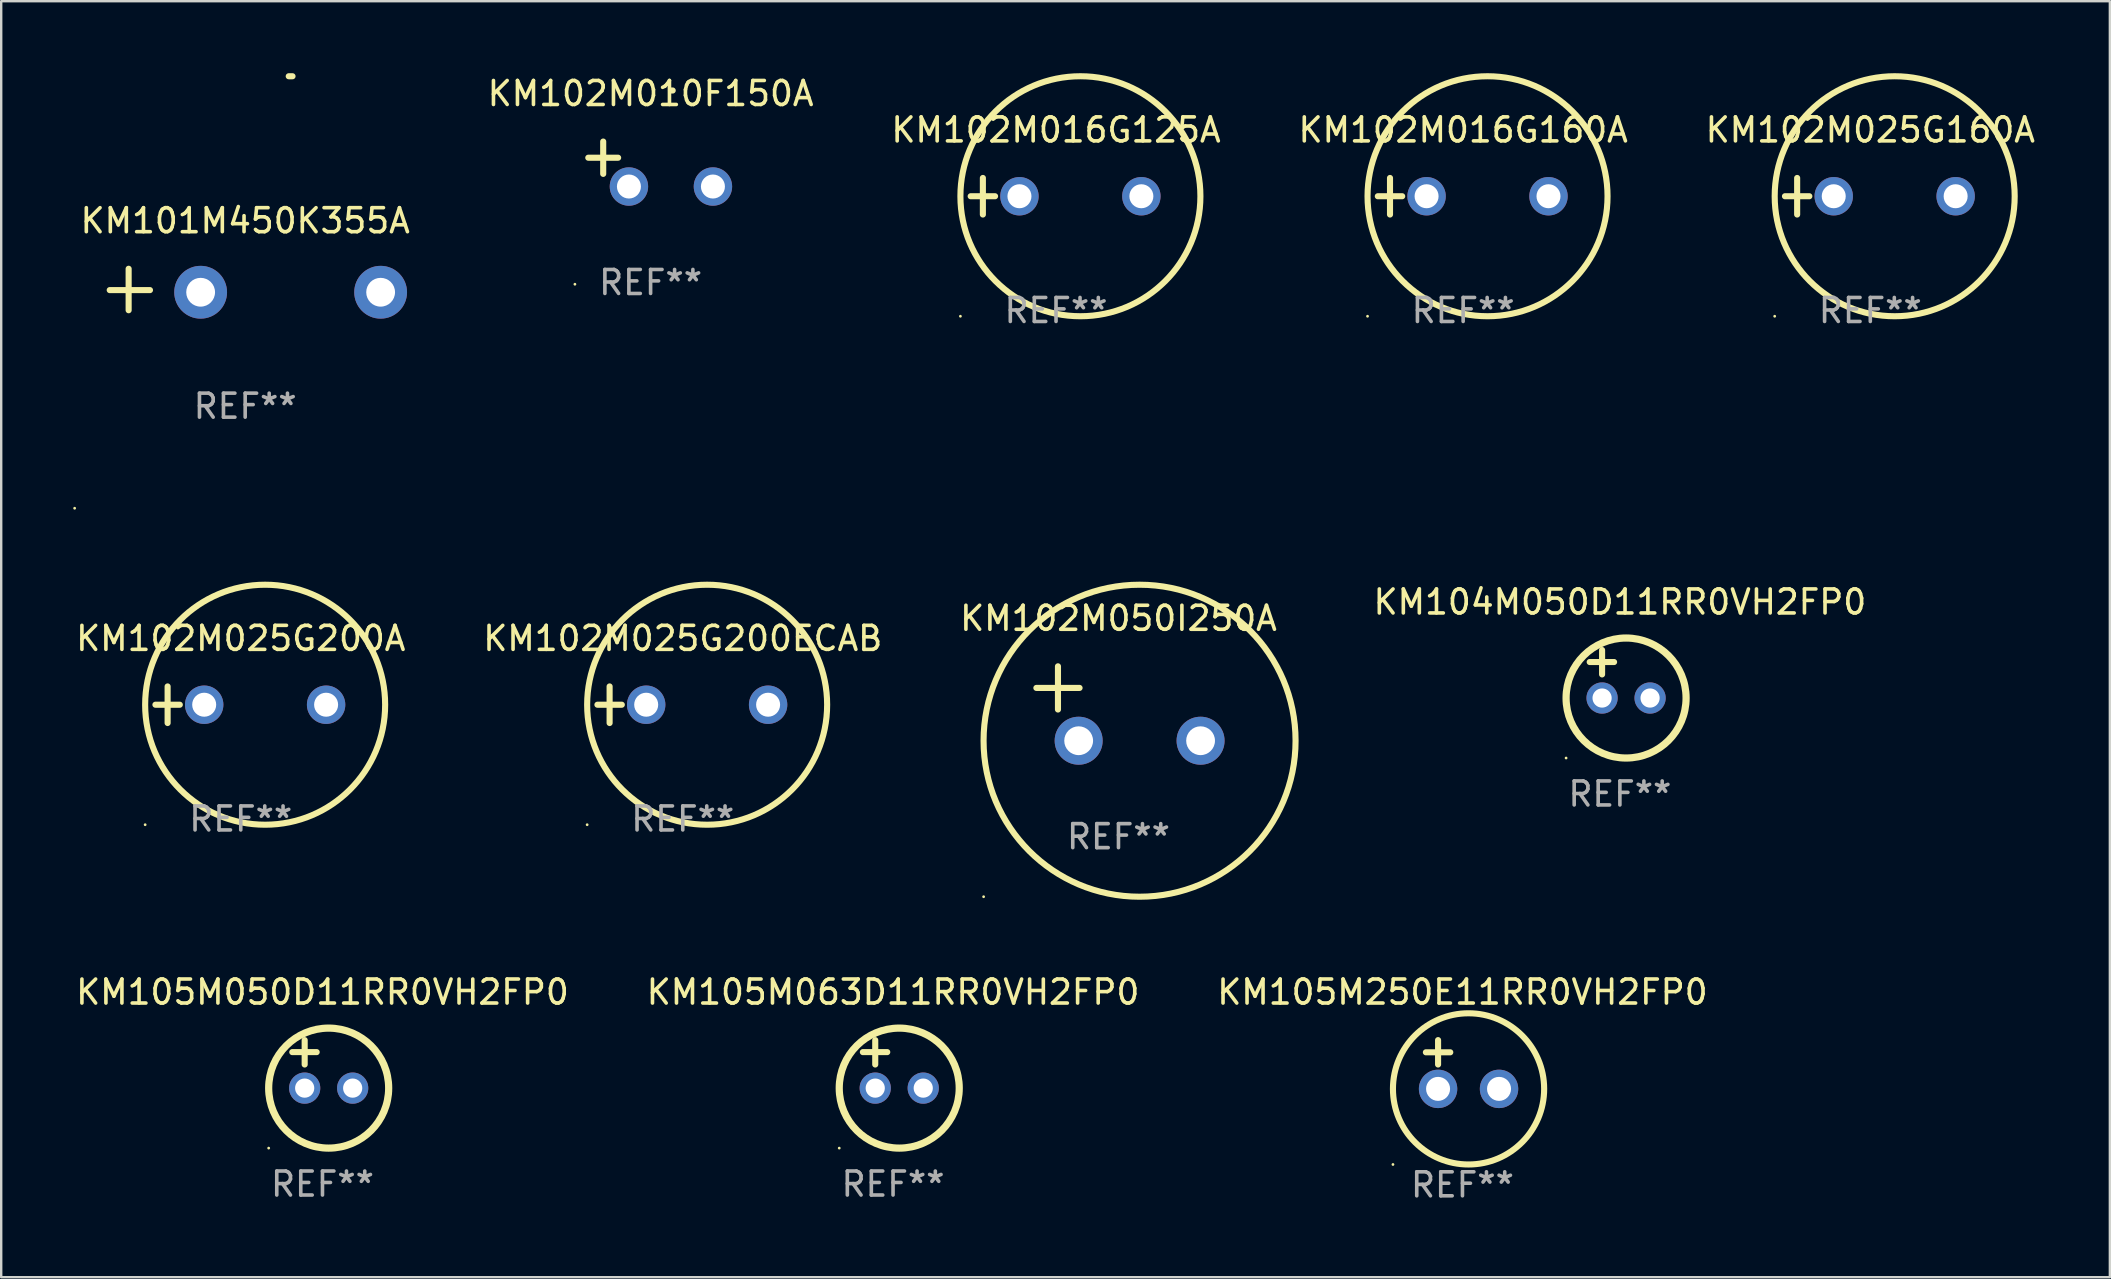
<source format=kicad_pcb>
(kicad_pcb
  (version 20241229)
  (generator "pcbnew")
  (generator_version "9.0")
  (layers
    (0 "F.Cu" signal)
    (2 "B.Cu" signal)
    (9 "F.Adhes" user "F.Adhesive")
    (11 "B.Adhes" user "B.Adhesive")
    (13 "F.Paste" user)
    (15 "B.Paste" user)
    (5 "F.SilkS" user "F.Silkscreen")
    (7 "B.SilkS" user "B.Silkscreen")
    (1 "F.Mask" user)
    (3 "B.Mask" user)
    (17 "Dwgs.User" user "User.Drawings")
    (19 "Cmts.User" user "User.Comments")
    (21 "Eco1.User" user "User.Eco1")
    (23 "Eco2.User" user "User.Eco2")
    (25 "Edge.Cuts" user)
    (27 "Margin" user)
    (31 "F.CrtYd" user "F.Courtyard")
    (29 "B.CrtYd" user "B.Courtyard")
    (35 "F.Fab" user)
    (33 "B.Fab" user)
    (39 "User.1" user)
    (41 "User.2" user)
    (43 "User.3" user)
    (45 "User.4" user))
  (footprint "KM102M025G160A"
    (layer "F.Cu")
    (at 74.881 5.127)
    (property "Reference" "KM102M025G160A" (at 0 -2.762 0) (layer "F.SilkS") (effects (font (size 1 1) (thickness 0.15))))
    (attr through_hole)
    (fp_line (start -3.556 0) (end -2.54 0) (stroke (width 0.254) (type solid)) (layer "F.SilkS"))
    (fp_line (start -3.048 -0.762) (end -3.048 0.762) (stroke (width 0.254) (type solid)) (layer "F.SilkS"))
    (fp_circle (center -3.984 5) (end -3.954 5) (stroke (width 0.06) (type solid)) (fill no) (layer "F.SilkS"))
    (fp_circle (center 1.016 0) (end 6.016 0) (stroke (width 0.254) (type solid)) (fill no) (layer "F.SilkS"))
    (fp_text user "REF**" (at 0 4.762 0) (layer "F.Fab") (effects (font (size 1 1) (thickness 0.15))))
    (pad "1" thru_hole circle (at -1.524 0) (size 1.6 1.6) (drill 1) (layers "*.Cu" "*.Mask"))
    (pad "2" thru_hole circle (at 3.556 0) (size 1.6 1.6) (drill 1) (layers "*.Cu" "*.Mask")))
  (footprint "KM102M010F150A"
    (layer "F.Cu")
    (at 24.059 3.785)
    (property "Reference" "KM102M010F150A" (at 0 -2.937 0) (layer "F.SilkS") (effects (font (size 1 1) (thickness 0.15))))
    (attr through_hole)
    (fp_line (start -1.975 0.41) (end -1.975 -0.937) (stroke (width 0.254) (type solid)) (layer "F.SilkS"))
    (fp_line (start -1.353 -0.263) (end -2.597 -0.263) (stroke (width 0.254) (type solid)) (layer "F.SilkS"))
    (fp_arc (start 0.849809 -3.063957) (mid 0.885369 -3.064114) (end 0.920929 -3.063957) (stroke (width 0.254001) (type solid)) (layer "F.SilkS"))
    (fp_circle (center -3.154 5.008) (end -3.124 5.008) (stroke (width 0.06) (type solid)) (fill no) (layer "F.SilkS"))
    (fp_text user "REF**" (at 0 4.937 0) (layer "F.Fab") (effects (font (size 1 1) (thickness 0.15))))
    (pad "1" thru_hole circle (at -0.903 0.937) (size 1.6 1.6) (drill 1) (layers "*.Cu" "*.Mask"))
    (pad "2" thru_hole circle (at 2.597 0.937) (size 1.6 1.6) (drill 1) (layers "*.Cu" "*.Mask")))
  (footprint "KM102M050I250A"
    (layer "F.Cu")
    (at 43.554 26.264)
    (property "Reference" "KM102M050I250A" (at 0 -3.55 0) (layer "F.SilkS") (effects (font (size 1 1) (thickness 0.15))))
    (attr through_hole)
    (fp_line (start -3.421 -0.65) (end -1.621 -0.65) (stroke (width 0.254) (type solid)) (layer "F.SilkS"))
    (fp_line (start -2.521 -1.55) (end -2.521 0.25) (stroke (width 0.254) (type solid)) (layer "F.SilkS"))
    (fp_circle (center -5.619 8.05) (end -5.589 8.05) (stroke (width 0.06) (type solid)) (fill no) (layer "F.SilkS"))
    (fp_circle (center 0.879 1.55) (end 7.379 1.55) (stroke (width 0.254) (type solid)) (fill no) (layer "F.SilkS"))
    (fp_text user "REF**" (at 0 5.55 0) (layer "F.Fab") (effects (font (size 1 1) (thickness 0.15))))
    (pad "1" thru_hole circle (at -1.659 1.55) (size 2 2) (drill 1.2) (layers "*.Cu" "*.Mask"))
    (pad "2" thru_hole circle (at 3.421 1.55) (size 2 2) (drill 1.2) (layers "*.Cu" "*.Mask")))
  (footprint "KM104M050D11RR0VH2FP0"
    (layer "F.Cu")
    (at 64.447 25.035)
    (property "Reference" "KM104M050D11RR0VH2FP0" (at 0 -3 0) (layer "F.SilkS") (effects (font (size 1 1) (thickness 0.15))))
    (attr through_hole)
    (fp_line (start -1.258 -0.5) (end -0.242 -0.5) (stroke (width 0.254) (type solid)) (layer "F.SilkS"))
    (fp_line (start -0.742 -1) (end -0.742 0.016) (stroke (width 0.254) (type solid)) (layer "F.SilkS"))
    (fp_circle (center -2.242 3.5) (end -2.212 3.5) (stroke (width 0.06) (type solid)) (fill no) (layer "F.SilkS"))
    (fp_circle (center 0.258 1) (end 2.758 1) (stroke (width 0.3) (type solid)) (fill no) (layer "F.SilkS"))
    (fp_text user "REF**" (at 0 5 0) (layer "F.Fab") (effects (font (size 1 1) (thickness 0.15))))
    (pad "1" thru_hole circle (at -0.742 1) (size 1.3 1.3) (drill 0.8) (layers "*.Cu" "*.Mask"))
    (pad "2" thru_hole circle (at 1.258 1) (size 1.3 1.3) (drill 0.8) (layers "*.Cu" "*.Mask")))
  (footprint "KM101M450K355A"
    (layer "F.Cu")
    (at 7.166 9.013)
    (property "Reference" "KM101M450K355A" (at 0 -2.864 0) (layer "F.SilkS") (effects (font (size 1 1) (thickness 0.15))))
    (attr through_hole)
    (fp_line (start -4.856 0.864) (end -4.856 -0.864) (stroke (width 0.254) (type solid)) (layer "F.SilkS"))
    (fp_line (start -3.967 0.025) (end -5.644 0.025) (stroke (width 0.254) (type solid)) (layer "F.SilkS"))
    (fp_arc (start 1.815024 -8.885649) (mid 1.893764 -8.88599) (end 1.972504 -8.885649) (stroke (width 0.254001) (type solid)) (layer "F.SilkS"))
    (fp_circle (center -7.106 9.114) (end -7.076 9.114) (stroke (width 0.06) (type solid)) (fill no) (layer "F.SilkS"))
    (fp_text user "REF**" (at 0 4.864 0) (layer "F.Fab") (effects (font (size 1 1) (thickness 0.15))))
    (pad "1" thru_hole circle (at -1.856 0.114) (size 2.2 2.2) (drill 1.2) (layers "*.Cu" "*.Mask"))
    (pad "2" thru_hole circle (at 5.644 0.114) (size 2.2 2.2) (drill 1.2) (layers "*.Cu" "*.Mask")))
  (footprint "KM102M016G125A"
    (layer "F.Cu")
    (at 40.952 5.127)
    (property "Reference" "KM102M016G125A" (at 0 -2.762 0) (layer "F.SilkS") (effects (font (size 1 1) (thickness 0.15))))
    (attr through_hole)
    (fp_line (start -3.556 0) (end -2.54 0) (stroke (width 0.254) (type solid)) (layer "F.SilkS"))
    (fp_line (start -3.048 -0.762) (end -3.048 0.762) (stroke (width 0.254) (type solid)) (layer "F.SilkS"))
    (fp_circle (center -3.984 5) (end -3.954 5) (stroke (width 0.06) (type solid)) (fill no) (layer "F.SilkS"))
    (fp_circle (center 1.016 0) (end 6.016 0) (stroke (width 0.254) (type solid)) (fill no) (layer "F.SilkS"))
    (fp_text user "REF**" (at 0 4.762 0) (layer "F.Fab") (effects (font (size 1 1) (thickness 0.15))))
    (pad "1" thru_hole circle (at -1.524 0) (size 1.6 1.6) (drill 1) (layers "*.Cu" "*.Mask"))
    (pad "2" thru_hole circle (at 3.556 0) (size 1.6 1.6) (drill 1) (layers "*.Cu" "*.Mask")))
  (footprint "KM105M250E11RR0VH2FP0"
    (layer "F.Cu")
    (at 57.887 41.305)
    (property "Reference" "KM105M250E11RR0VH2FP0" (at 0 -3.016 0) (layer "F.SilkS") (effects (font (size 1 1) (thickness 0.15))))
    (attr through_hole)
    (fp_line (start -1.524 -0.508) (end -0.508 -0.508) (stroke (width 0.254) (type solid)) (layer "F.SilkS"))
    (fp_line (start -1.016 -1.016) (end -1.016 0) (stroke (width 0.254) (type solid)) (layer "F.SilkS"))
    (fp_circle (center -2.896 4.166) (end -2.866 4.166) (stroke (width 0.06) (type solid)) (fill no) (layer "F.SilkS"))
    (fp_circle (center 0.254 1.016) (end 3.404 1.016) (stroke (width 0.254) (type solid)) (fill no) (layer "F.SilkS"))
    (fp_text user "REF**" (at 0 5.016 0) (layer "F.Fab") (effects (font (size 1 1) (thickness 0.15))))
    (pad "1" thru_hole circle (at -1.016 1.016) (size 1.6 1.6) (drill 1) (layers "*.Cu" "*.Mask"))
    (pad "2" thru_hole circle (at 1.524 1.016) (size 1.6 1.6) (drill 1) (layers "*.Cu" "*.Mask")))
  (footprint "KM102M016G160A"
    (layer "F.Cu")
    (at 57.916 5.127)
    (property "Reference" "KM102M016G160A" (at 0 -2.762 0) (layer "F.SilkS") (effects (font (size 1 1) (thickness 0.15))))
    (attr through_hole)
    (fp_line (start -3.556 0) (end -2.54 0) (stroke (width 0.254) (type solid)) (layer "F.SilkS"))
    (fp_line (start -3.048 -0.762) (end -3.048 0.762) (stroke (width 0.254) (type solid)) (layer "F.SilkS"))
    (fp_circle (center -3.984 5) (end -3.954 5) (stroke (width 0.06) (type solid)) (fill no) (layer "F.SilkS"))
    (fp_circle (center 1.016 0) (end 6.016 0) (stroke (width 0.254) (type solid)) (fill no) (layer "F.SilkS"))
    (fp_text user "REF**" (at 0 4.762 0) (layer "F.Fab") (effects (font (size 1 1) (thickness 0.15))))
    (pad "1" thru_hole circle (at -1.524 0) (size 1.6 1.6) (drill 1) (layers "*.Cu" "*.Mask"))
    (pad "2" thru_hole circle (at 3.556 0) (size 1.6 1.6) (drill 1) (layers "*.Cu" "*.Mask")))
  (footprint "KM102M025G200ECAB"
    (layer "F.Cu")
    (at 25.399 26.314)
    (property "Reference" "KM102M025G200ECAB" (at 0 -2.762 0) (layer "F.SilkS") (effects (font (size 1 1) (thickness 0.15))))
    (attr through_hole)
    (fp_line (start -3.556 0) (end -2.54 0) (stroke (width 0.254) (type solid)) (layer "F.SilkS"))
    (fp_line (start -3.048 -0.762) (end -3.048 0.762) (stroke (width 0.254) (type solid)) (layer "F.SilkS"))
    (fp_circle (center -3.984 5) (end -3.954 5) (stroke (width 0.06) (type solid)) (fill no) (layer "F.SilkS"))
    (fp_circle (center 1.016 0) (end 6.016 0) (stroke (width 0.254) (type solid)) (fill no) (layer "F.SilkS"))
    (fp_text user "REF**" (at 0 4.762 0) (layer "F.Fab") (effects (font (size 1 1) (thickness 0.15))))
    (pad "1" thru_hole circle (at -1.524 0) (size 1.6 1.6) (drill 1) (layers "*.Cu" "*.Mask"))
    (pad "2" thru_hole circle (at 3.556 0) (size 1.6 1.6) (drill 1) (layers "*.Cu" "*.Mask")))
  (footprint "KM102M025G200A"
    (layer "F.Cu")
    (at 6.982 26.314)
    (property "Reference" "KM102M025G200A" (at 0 -2.762 0) (layer "F.SilkS") (effects (font (size 1 1) (thickness 0.15))))
    (attr through_hole)
    (fp_line (start -3.556 0) (end -2.54 0) (stroke (width 0.254) (type solid)) (layer "F.SilkS"))
    (fp_line (start -3.048 -0.762) (end -3.048 0.762) (stroke (width 0.254) (type solid)) (layer "F.SilkS"))
    (fp_circle (center -3.984 5) (end -3.954 5) (stroke (width 0.06) (type solid)) (fill no) (layer "F.SilkS"))
    (fp_circle (center 1.016 0) (end 6.016 0) (stroke (width 0.254) (type solid)) (fill no) (layer "F.SilkS"))
    (fp_text user "REF**" (at 0 4.762 0) (layer "F.Fab") (effects (font (size 1 1) (thickness 0.15))))
    (pad "1" thru_hole circle (at -1.524 0) (size 1.6 1.6) (drill 1) (layers "*.Cu" "*.Mask"))
    (pad "2" thru_hole circle (at 3.556 0) (size 1.6 1.6) (drill 1) (layers "*.Cu" "*.Mask")))
  (footprint "KM105M050D11RR0VH2FP0"
    (layer "F.Cu")
    (at 10.387 41.289)
    (property "Reference" "KM105M050D11RR0VH2FP0" (at 0 -3 0) (layer "F.SilkS") (effects (font (size 1 1) (thickness 0.15))))
    (attr through_hole)
    (fp_line (start -1.258 -0.5) (end -0.242 -0.5) (stroke (width 0.254) (type solid)) (layer "F.SilkS"))
    (fp_line (start -0.742 -1) (end -0.742 0.016) (stroke (width 0.254) (type solid)) (layer "F.SilkS"))
    (fp_circle (center -2.242 3.5) (end -2.212 3.5) (stroke (width 0.06) (type solid)) (fill no) (layer "F.SilkS"))
    (fp_circle (center 0.258 1) (end 2.758 1) (stroke (width 0.3) (type solid)) (fill no) (layer "F.SilkS"))
    (fp_text user "REF**" (at 0 5 0) (layer "F.Fab") (effects (font (size 1 1) (thickness 0.15))))
    (pad "1" thru_hole circle (at -0.742 1) (size 1.3 1.3) (drill 0.8) (layers "*.Cu" "*.Mask"))
    (pad "2" thru_hole circle (at 1.258 1) (size 1.3 1.3) (drill 0.8) (layers "*.Cu" "*.Mask")))
  (footprint "KM105M063D11RR0VH2FP0"
    (layer "F.Cu")
    (at 34.161 41.289)
    (property "Reference" "KM105M063D11RR0VH2FP0" (at 0 -3 0) (layer "F.SilkS") (effects (font (size 1 1) (thickness 0.15))))
    (attr through_hole)
    (fp_line (start -1.258 -0.5) (end -0.242 -0.5) (stroke (width 0.254) (type solid)) (layer "F.SilkS"))
    (fp_line (start -0.742 -1) (end -0.742 0.016) (stroke (width 0.254) (type solid)) (layer "F.SilkS"))
    (fp_circle (center -2.242 3.5) (end -2.212 3.5) (stroke (width 0.06) (type solid)) (fill no) (layer "F.SilkS"))
    (fp_circle (center 0.258 1) (end 2.758 1) (stroke (width 0.3) (type solid)) (fill no) (layer "F.SilkS"))
    (fp_text user "REF**" (at 0 5 0) (layer "F.Fab") (effects (font (size 1 1) (thickness 0.15))))
    (pad "1" thru_hole circle (at -0.742 1) (size 1.3 1.3) (drill 0.8) (layers "*.Cu" "*.Mask"))
    (pad "2" thru_hole circle (at 1.258 1) (size 1.3 1.3) (drill 0.8) (layers "*.Cu" "*.Mask")))
  (gr_rect
    (start -3 -3)
    (end 84.863 50.169)
    (stroke (width 0.1) (type default))
    (fill no)
    (layer "Edge.Cuts")))
</source>
